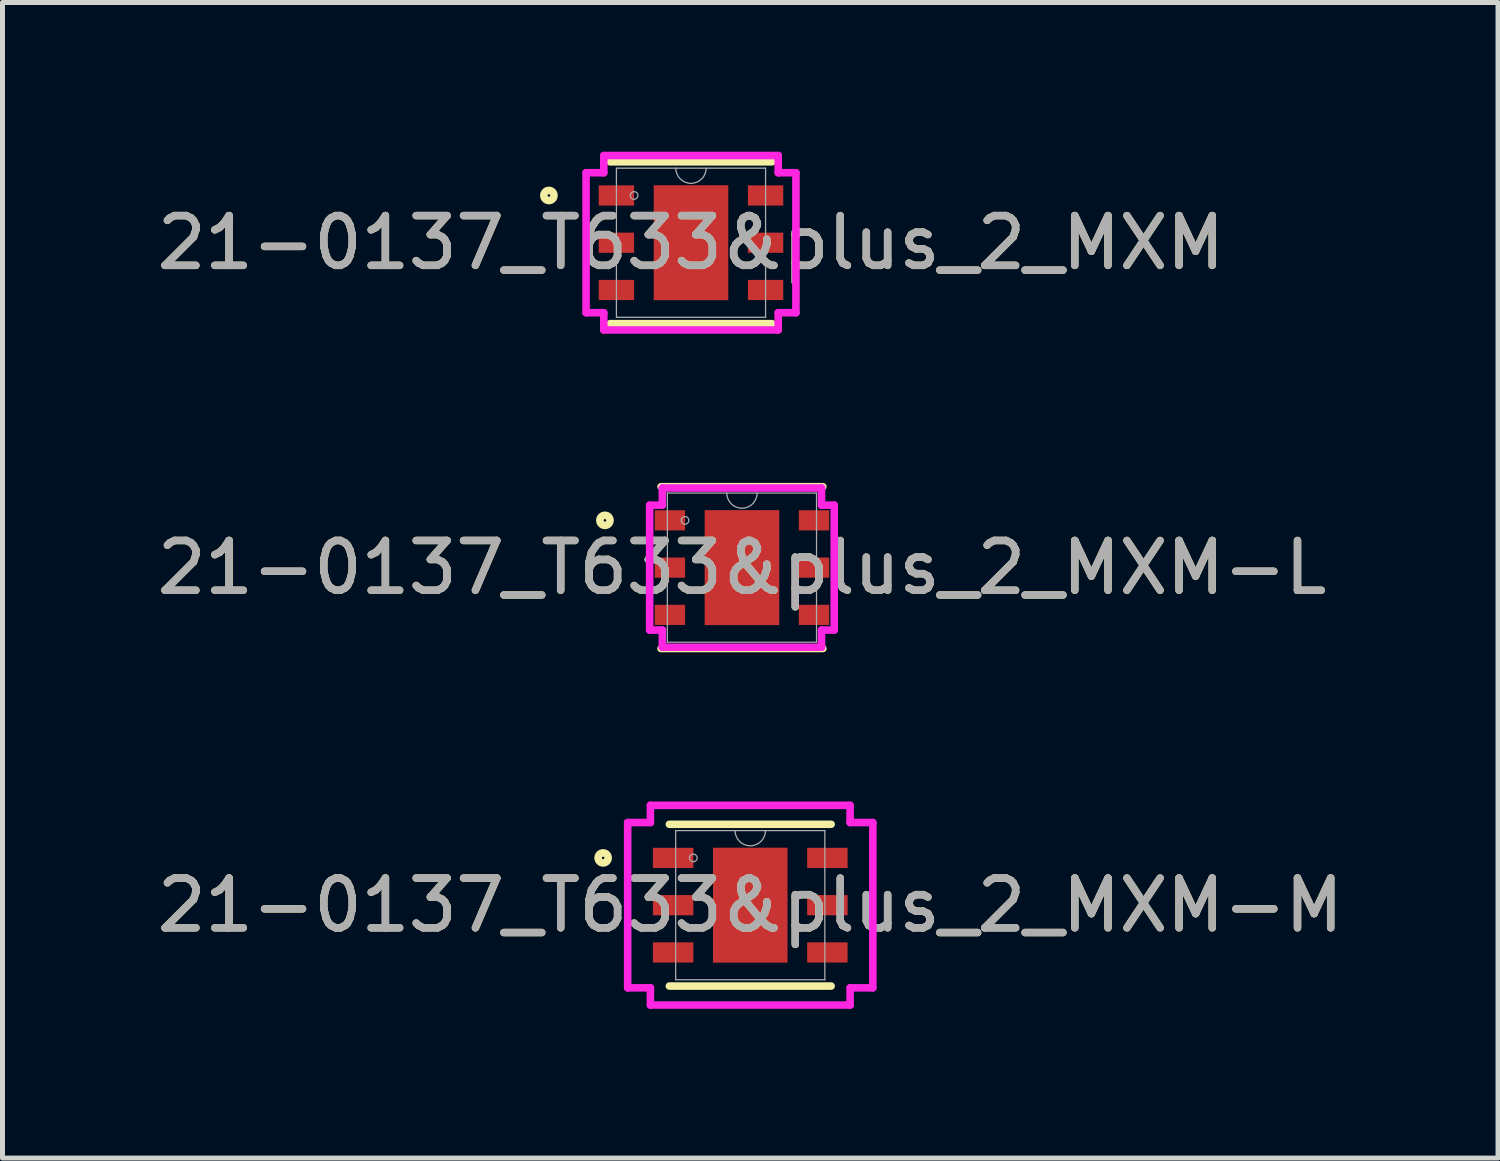
<source format=kicad_pcb>
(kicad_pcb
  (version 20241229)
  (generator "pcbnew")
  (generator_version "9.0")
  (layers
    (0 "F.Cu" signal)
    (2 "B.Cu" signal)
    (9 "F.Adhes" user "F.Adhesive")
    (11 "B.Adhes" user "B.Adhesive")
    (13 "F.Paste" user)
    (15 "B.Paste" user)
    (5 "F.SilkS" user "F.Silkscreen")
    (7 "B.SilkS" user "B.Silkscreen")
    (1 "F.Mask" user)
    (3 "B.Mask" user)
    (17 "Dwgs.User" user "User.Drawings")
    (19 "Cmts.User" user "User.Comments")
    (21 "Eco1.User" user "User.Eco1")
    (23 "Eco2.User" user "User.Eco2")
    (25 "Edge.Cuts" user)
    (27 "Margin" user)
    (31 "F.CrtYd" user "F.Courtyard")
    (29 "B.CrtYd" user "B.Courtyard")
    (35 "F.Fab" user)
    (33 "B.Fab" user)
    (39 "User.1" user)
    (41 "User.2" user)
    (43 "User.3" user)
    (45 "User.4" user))
  (footprint "21-0137_T633&plus_2_MXM"
    (layer "F.Cu")
    (at 10.839 1.829)
    (property "Reference" "21-0137_T633&plus_2_MXM" (at 0 0 0) (unlocked yes) (layer "F.SilkS") (effects (font (size 1 1) (thickness 0.15))))
    (attr smd)
    (fp_line (start -1.626 1.626) (end 1.626 1.626) (stroke (width 0.152) (type solid)) (layer "F.SilkS"))
    (fp_line (start 1.626 -1.626) (end -1.626 -1.626) (stroke (width 0.152) (type solid)) (layer "F.SilkS"))
    (fp_circle (center -2.856 -0.95) (end -2.754 -0.95) (stroke (width 0.152) (type solid)) (fill no) (layer "F.SilkS"))
    (fp_line (start -2.109 -1.407) (end -1.753 -1.407) (stroke (width 0.152) (type solid)) (layer "F.CrtYd"))
    (fp_line (start -2.109 1.407) (end -2.109 -1.407) (stroke (width 0.152) (type solid)) (layer "F.CrtYd"))
    (fp_line (start -2.109 1.407) (end -1.753 1.407) (stroke (width 0.152) (type solid)) (layer "F.CrtYd"))
    (fp_line (start -1.753 -1.753) (end 1.753 -1.753) (stroke (width 0.152) (type solid)) (layer "F.CrtYd"))
    (fp_line (start -1.753 -1.407) (end -1.753 -1.753) (stroke (width 0.152) (type solid)) (layer "F.CrtYd"))
    (fp_line (start -1.753 1.753) (end -1.753 1.407) (stroke (width 0.152) (type solid)) (layer "F.CrtYd"))
    (fp_line (start 1.753 -1.753) (end 1.753 -1.407) (stroke (width 0.152) (type solid)) (layer "F.CrtYd"))
    (fp_line (start 1.753 1.407) (end 1.753 1.753) (stroke (width 0.152) (type solid)) (layer "F.CrtYd"))
    (fp_line (start 1.753 1.753) (end -1.753 1.753) (stroke (width 0.152) (type solid)) (layer "F.CrtYd"))
    (fp_line (start 2.109 -1.407) (end 1.753 -1.407) (stroke (width 0.152) (type solid)) (layer "F.CrtYd"))
    (fp_line (start 2.109 -1.407) (end 2.109 1.407) (stroke (width 0.152) (type solid)) (layer "F.CrtYd"))
    (fp_line (start 2.109 1.407) (end 1.753 1.407) (stroke (width 0.152) (type solid)) (layer "F.CrtYd"))
    (fp_line (start -1.499 -1.499) (end -1.499 1.499) (stroke (width 0.025) (type solid)) (layer "F.Fab"))
    (fp_line (start -1.499 1.499) (end 1.499 1.499) (stroke (width 0.025) (type solid)) (layer "F.Fab"))
    (fp_line (start 1.499 -1.499) (end -1.499 -1.499) (stroke (width 0.025) (type solid)) (layer "F.Fab"))
    (fp_line (start 1.499 1.499) (end 1.499 -1.499) (stroke (width 0.025) (type solid)) (layer "F.Fab"))
    (fp_arc (start 0.3048 -1.4986) (mid 0 -1.1938) (end -0.3048 -1.4986) (stroke (width 0.0254) (type solid)) (layer "F.Fab"))
    (fp_circle (center -1.144 -0.95) (end -1.067 -0.95) (stroke (width 0.025) (type solid)) (fill no) (layer "F.Fab"))
    (fp_text user "${REFERENCE}" (at 0 0 0) (unlocked yes) (layer "F.Fab") (effects (font (size 1 1) (thickness 0.15))))
    (pad "1" smd rect (at -1.499 -0.95) (size 0.711 0.406) (layers "F.Cu" "F.Mask" "F.Paste"))
    (pad "2" smd rect (at -1.499 0) (size 0.711 0.406) (layers "F.Cu" "F.Mask" "F.Paste"))
    (pad "3" smd rect (at -1.499 0.95) (size 0.711 0.406) (layers "F.Cu" "F.Mask" "F.Paste"))
    (pad "4" smd rect (at 1.499 0.95) (size 0.711 0.406) (layers "F.Cu" "F.Mask" "F.Paste"))
    (pad "5" smd rect (at 1.499 0) (size 0.711 0.406) (layers "F.Cu" "F.Mask" "F.Paste"))
    (pad "6" smd rect (at 1.499 -0.95) (size 0.711 0.406) (layers "F.Cu" "F.Mask" "F.Paste"))
    (pad "7" smd rect (at 0 0) (size 1.499 2.311) (layers "F.Cu" "F.Mask" "F.Paste")))
  (footprint "21-0137_T633&plus_2_MXM-M"
    (layer "F.Cu")
    (at 12.03 15.144)
    (property "Reference" "21-0137_T633&plus_2_MXM-M" (at 0 0 0) (unlocked yes) (layer "F.SilkS") (effects (font (size 1 1) (thickness 0.15))))
    (attr smd)
    (fp_line (start -1.626 1.626) (end 1.626 1.626) (stroke (width 0.152) (type solid)) (layer "F.SilkS"))
    (fp_line (start 1.626 -1.626) (end -1.626 -1.626) (stroke (width 0.152) (type solid)) (layer "F.SilkS"))
    (fp_circle (center -2.957 -0.95) (end -2.856 -0.95) (stroke (width 0.152) (type solid)) (fill no) (layer "F.SilkS"))
    (fp_line (start -2.464 -1.661) (end -2.007 -1.661) (stroke (width 0.152) (type solid)) (layer "F.CrtYd"))
    (fp_line (start -2.464 1.661) (end -2.464 -1.661) (stroke (width 0.152) (type solid)) (layer "F.CrtYd"))
    (fp_line (start -2.464 1.661) (end -2.007 1.661) (stroke (width 0.152) (type solid)) (layer "F.CrtYd"))
    (fp_line (start -2.007 -2.007) (end 2.007 -2.007) (stroke (width 0.152) (type solid)) (layer "F.CrtYd"))
    (fp_line (start -2.007 -1.661) (end -2.007 -2.007) (stroke (width 0.152) (type solid)) (layer "F.CrtYd"))
    (fp_line (start -2.007 2.007) (end -2.007 1.661) (stroke (width 0.152) (type solid)) (layer "F.CrtYd"))
    (fp_line (start 2.007 -2.007) (end 2.007 -1.661) (stroke (width 0.152) (type solid)) (layer "F.CrtYd"))
    (fp_line (start 2.007 1.661) (end 2.007 2.007) (stroke (width 0.152) (type solid)) (layer "F.CrtYd"))
    (fp_line (start 2.007 2.007) (end -2.007 2.007) (stroke (width 0.152) (type solid)) (layer "F.CrtYd"))
    (fp_line (start 2.464 -1.661) (end 2.007 -1.661) (stroke (width 0.152) (type solid)) (layer "F.CrtYd"))
    (fp_line (start 2.464 -1.661) (end 2.464 1.661) (stroke (width 0.152) (type solid)) (layer "F.CrtYd"))
    (fp_line (start 2.464 1.661) (end 2.007 1.661) (stroke (width 0.152) (type solid)) (layer "F.CrtYd"))
    (fp_line (start -1.499 -1.499) (end -1.499 1.499) (stroke (width 0.025) (type solid)) (layer "F.Fab"))
    (fp_line (start -1.499 1.499) (end 1.499 1.499) (stroke (width 0.025) (type solid)) (layer "F.Fab"))
    (fp_line (start 1.499 -1.499) (end -1.499 -1.499) (stroke (width 0.025) (type solid)) (layer "F.Fab"))
    (fp_line (start 1.499 1.499) (end 1.499 -1.499) (stroke (width 0.025) (type solid)) (layer "F.Fab"))
    (fp_arc (start 0.3048 -1.4986) (mid 0 -1.1938) (end -0.3048 -1.4986) (stroke (width 0.0254) (type solid)) (layer "F.Fab"))
    (fp_circle (center -1.144 -0.95) (end -1.067 -0.95) (stroke (width 0.025) (type solid)) (fill no) (layer "F.Fab"))
    (fp_text user "${REFERENCE}" (at 0 0 0) (unlocked yes) (layer "F.Fab") (effects (font (size 1 1) (thickness 0.15))))
    (pad "1" smd rect (at -1.55 -0.95) (size 0.813 0.406) (layers "F.Cu" "F.Mask" "F.Paste"))
    (pad "2" smd rect (at -1.55 0) (size 0.813 0.406) (layers "F.Cu" "F.Mask" "F.Paste"))
    (pad "3" smd rect (at -1.55 0.95) (size 0.813 0.406) (layers "F.Cu" "F.Mask" "F.Paste"))
    (pad "4" smd rect (at 1.55 0.95) (size 0.813 0.406) (layers "F.Cu" "F.Mask" "F.Paste"))
    (pad "5" smd rect (at 1.55 0) (size 0.813 0.406) (layers "F.Cu" "F.Mask" "F.Paste"))
    (pad "6" smd rect (at 1.55 -0.95) (size 0.813 0.406) (layers "F.Cu" "F.Mask" "F.Paste"))
    (pad "7" smd rect (at 0 0) (size 1.499 2.311) (layers "F.Cu" "F.Mask" "F.Paste")))
  (footprint "21-0137_T633&plus_2_MXM-L"
    (layer "F.Cu")
    (at 11.863 8.359)
    (property "Reference" "21-0137_T633&plus_2_MXM-L" (at 0 0 0) (unlocked yes) (layer "F.SilkS") (effects (font (size 1 1) (thickness 0.15))))
    (attr smd)
    (fp_line (start -1.626 1.626) (end 1.626 1.626) (stroke (width 0.152) (type solid)) (layer "F.SilkS"))
    (fp_line (start 1.626 -1.626) (end -1.626 -1.626) (stroke (width 0.152) (type solid)) (layer "F.SilkS"))
    (fp_circle (center -2.754 -0.95) (end -2.652 -0.95) (stroke (width 0.152) (type solid)) (fill no) (layer "F.SilkS"))
    (fp_line (start -1.855 -1.255) (end -1.6 -1.255) (stroke (width 0.152) (type solid)) (layer "F.CrtYd"))
    (fp_line (start -1.855 1.255) (end -1.855 -1.255) (stroke (width 0.152) (type solid)) (layer "F.CrtYd"))
    (fp_line (start -1.855 1.255) (end -1.6 1.255) (stroke (width 0.152) (type solid)) (layer "F.CrtYd"))
    (fp_line (start -1.6 -1.6) (end 1.6 -1.6) (stroke (width 0.152) (type solid)) (layer "F.CrtYd"))
    (fp_line (start -1.6 -1.255) (end -1.6 -1.6) (stroke (width 0.152) (type solid)) (layer "F.CrtYd"))
    (fp_line (start -1.6 1.6) (end -1.6 1.255) (stroke (width 0.152) (type solid)) (layer "F.CrtYd"))
    (fp_line (start 1.6 -1.6) (end 1.6 -1.255) (stroke (width 0.152) (type solid)) (layer "F.CrtYd"))
    (fp_line (start 1.6 1.255) (end 1.6 1.6) (stroke (width 0.152) (type solid)) (layer "F.CrtYd"))
    (fp_line (start 1.6 1.6) (end -1.6 1.6) (stroke (width 0.152) (type solid)) (layer "F.CrtYd"))
    (fp_line (start 1.855 -1.255) (end 1.6 -1.255) (stroke (width 0.152) (type solid)) (layer "F.CrtYd"))
    (fp_line (start 1.855 -1.255) (end 1.855 1.255) (stroke (width 0.152) (type solid)) (layer "F.CrtYd"))
    (fp_line (start 1.855 1.255) (end 1.6 1.255) (stroke (width 0.152) (type solid)) (layer "F.CrtYd"))
    (fp_line (start -1.499 -1.499) (end -1.499 1.499) (stroke (width 0.025) (type solid)) (layer "F.Fab"))
    (fp_line (start -1.499 1.499) (end 1.499 1.499) (stroke (width 0.025) (type solid)) (layer "F.Fab"))
    (fp_line (start 1.499 -1.499) (end -1.499 -1.499) (stroke (width 0.025) (type solid)) (layer "F.Fab"))
    (fp_line (start 1.499 1.499) (end 1.499 -1.499) (stroke (width 0.025) (type solid)) (layer "F.Fab"))
    (fp_arc (start 0.3048 -1.4986) (mid 0 -1.1938) (end -0.3048 -1.4986) (stroke (width 0.0254) (type solid)) (layer "F.Fab"))
    (fp_circle (center -1.144 -0.95) (end -1.067 -0.95) (stroke (width 0.025) (type solid)) (fill no) (layer "F.Fab"))
    (fp_text user "${REFERENCE}" (at 0 0 0) (unlocked yes) (layer "F.Fab") (effects (font (size 1 1) (thickness 0.15))))
    (pad "1" smd rect (at -1.448 -0.95) (size 0.61 0.406) (layers "F.Cu" "F.Mask" "F.Paste"))
    (pad "2" smd rect (at -1.448 0) (size 0.61 0.406) (layers "F.Cu" "F.Mask" "F.Paste"))
    (pad "3" smd rect (at -1.448 0.95) (size 0.61 0.406) (layers "F.Cu" "F.Mask" "F.Paste"))
    (pad "4" smd rect (at 1.448 0.95) (size 0.61 0.406) (layers "F.Cu" "F.Mask" "F.Paste"))
    (pad "5" smd rect (at 1.448 0) (size 0.61 0.406) (layers "F.Cu" "F.Mask" "F.Paste"))
    (pad "6" smd rect (at 1.448 -0.95) (size 0.61 0.406) (layers "F.Cu" "F.Mask" "F.Paste"))
    (pad "7" smd rect (at 0 0) (size 1.499 2.311) (layers "F.Cu" "F.Mask" "F.Paste")))
  (gr_rect
    (start -3 -3)
    (end 27.06 20.227)
    (stroke (width 0.1) (type default))
    (fill no)
    (layer "Edge.Cuts")))
</source>
